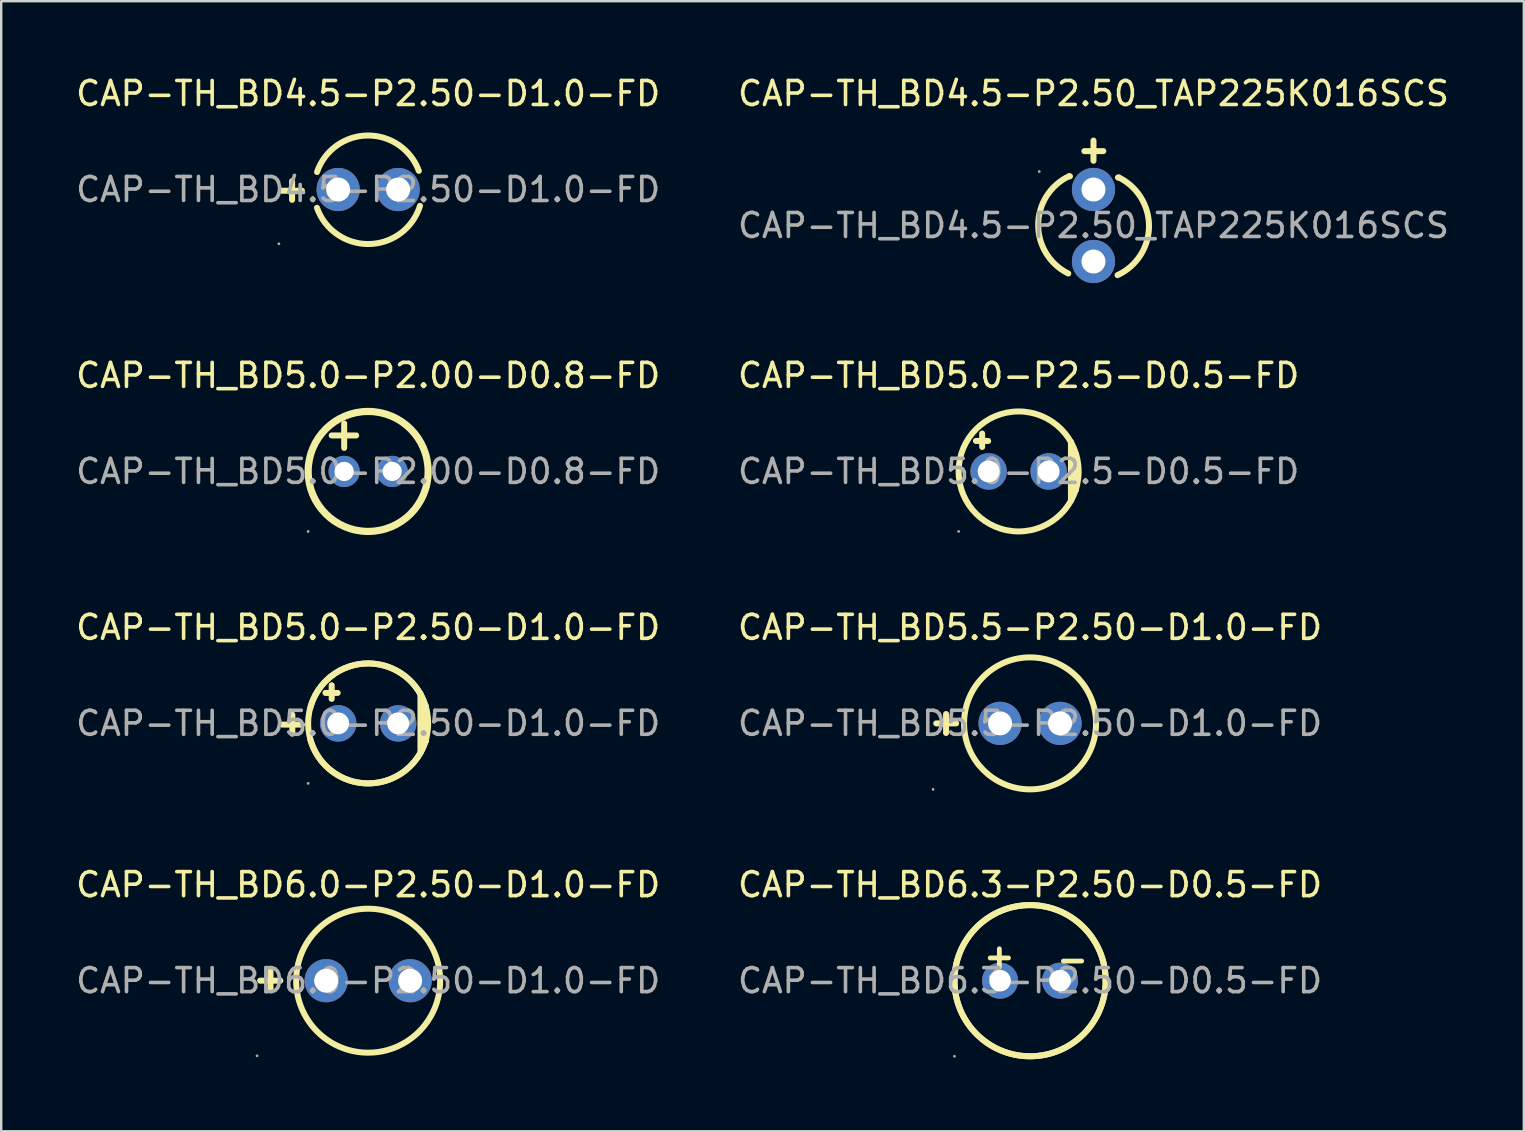
<source format=kicad_pcb>
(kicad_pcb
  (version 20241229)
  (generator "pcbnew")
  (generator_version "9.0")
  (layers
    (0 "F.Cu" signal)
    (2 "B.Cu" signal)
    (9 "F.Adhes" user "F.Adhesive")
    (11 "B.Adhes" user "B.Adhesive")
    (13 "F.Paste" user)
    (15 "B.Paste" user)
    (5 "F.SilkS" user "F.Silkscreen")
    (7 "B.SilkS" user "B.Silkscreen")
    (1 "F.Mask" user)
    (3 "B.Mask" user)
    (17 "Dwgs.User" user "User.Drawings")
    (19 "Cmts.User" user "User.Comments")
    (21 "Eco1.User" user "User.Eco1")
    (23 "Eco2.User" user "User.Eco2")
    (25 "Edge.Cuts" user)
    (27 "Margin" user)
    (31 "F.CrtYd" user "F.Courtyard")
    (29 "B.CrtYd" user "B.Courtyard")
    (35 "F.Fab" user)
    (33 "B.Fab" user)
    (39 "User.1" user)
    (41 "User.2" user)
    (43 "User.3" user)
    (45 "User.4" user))
  (footprint "CAP-TH_BD5.0-P2.50-D1.0-FD"
    (layer "F.Cu")
    (at 12.292 27.095)
    (property "Reference" "CAP-TH_BD5.0-P2.50-D1.0-FD" (at 0 -4 0) (layer "F.SilkS") (effects (font (size 1 1) (thickness 0.15))))
    (attr through_hole)
    (fp_line (start -3.16 0.43) (end -3.16 -0.36) (stroke (width 0.25) (type solid)) (layer "F.SilkS"))
    (fp_line (start -2.76 0.05) (end -3.59 0.05) (stroke (width 0.25) (type solid)) (layer "F.SilkS"))
    (fp_line (start -1.78 -1.27) (end -1.27 -1.27) (stroke (width 0.25) (type solid)) (layer "F.SilkS"))
    (fp_line (start -1.52 -1.59) (end -1.52 -1.02) (stroke (width 0.25) (type solid)) (layer "F.SilkS"))
    (fp_line (start 2.18 -1.24) (end 2.18 1.22) (stroke (width 0.25) (type solid)) (layer "F.SilkS"))
    (fp_line (start 2.4 -0.72) (end 2.4 0.74) (stroke (width 0.25) (type solid)) (layer "F.SilkS"))
    (fp_line (start 2.4 0.74) (end 2.39 0.75) (stroke (width 0.25) (type solid)) (layer "F.SilkS"))
    (fp_arc (start -2.41 -0.65) (mid 0.004752 -2.496112) (end 2.412457 -0.64082) (stroke (width 0.25) (type solid)) (layer "F.SilkS"))
    (fp_arc (start 2.42 0.64) (mid 0.007494 2.503187) (end -2.416124 0.654479) (stroke (width 0.25) (type solid)) (layer "F.SilkS"))
    (fp_circle (center 0 0) (end 2.5 0) (stroke (width 0.25) (type solid)) (fill no) (layer "F.SilkS"))
    (fp_circle (center -2.5 2.5) (end -2.47 2.5) (stroke (width 0.06) (type solid)) (fill no) (layer "F.Fab"))
    (fp_circle (center -1.25 0) (end -1.1 0) (stroke (width 0.3) (type solid)) (fill no) (layer "F.Fab"))
    (fp_circle (center 1.25 0) (end 1.4 0) (stroke (width 0.3) (type solid)) (fill no) (layer "F.Fab"))
    (fp_text user "${REFERENCE}" (at 0 0 0) (layer "F.Fab") (effects (font (size 1 1) (thickness 0.15))))
    (pad "1" thru_hole circle (at -1.25 0) (size 1.52 1.52) (drill 0.914) (layers "*.Cu" "*.Paste" "*.Mask"))
    (pad "2" thru_hole circle (at 1.25 0) (size 1.52 1.52) (drill 0.914) (layers "*.Cu" "*.Paste" "*.Mask")))
  (footprint "CAP-TH_BD4.5-P2.50-D1.0-FD"
    (layer "F.Cu")
    (at 12.292 4.848)
    (property "Reference" "CAP-TH_BD4.5-P2.50-D1.0-FD" (at 0 -4 0) (layer "F.SilkS") (effects (font (size 1 1) (thickness 0.15))))
    (attr through_hole)
    (fp_line (start -3.17 0.43) (end -3.17 -0.35) (stroke (width 0.25) (type solid)) (layer "F.SilkS"))
    (fp_line (start -2.76 0.05) (end -3.6 0.05) (stroke (width 0.25) (type solid)) (layer "F.SilkS"))
    (fp_arc (start -2.13 -0.73) (mid -0.025238 -2.25148) (end 2.113101 -0.777563) (stroke (width 0.25) (type solid)) (layer "F.SilkS"))
    (fp_arc (start 2.16 0.68) (mid 0.042898 2.271119) (end -2.133032 0.761447) (stroke (width 0.25) (type solid)) (layer "F.SilkS"))
    (fp_circle (center -3.72 2.26) (end -3.69 2.26) (stroke (width 0.06) (type solid)) (fill no) (layer "F.Fab"))
    (fp_circle (center -1.25 0) (end -1.05 0) (stroke (width 0.4) (type solid)) (fill no) (layer "F.Fab"))
    (fp_circle (center 1.25 0) (end 1.45 0) (stroke (width 0.4) (type solid)) (fill no) (layer "F.Fab"))
    (fp_text user "${REFERENCE}" (at 0 0 0) (layer "F.Fab") (effects (font (size 1 1) (thickness 0.15))))
    (pad "1" thru_hole circle (at -1.25 0 90) (size 1.8 1.8) (drill 1) (layers "*.Cu" "*.Paste" "*.Mask"))
    (pad "2" thru_hole circle (at 1.25 0 90) (size 1.8 1.8) (drill 1) (layers "*.Cu" "*.Paste" "*.Mask")))
  (footprint "CAP-TH_BD5.0-P2.5-D0.5-FD"
    (layer "F.Cu")
    (at 39.399 16.596)
    (property "Reference" "CAP-TH_BD5.0-P2.5-D0.5-FD" (at 0 -4 0) (layer "F.SilkS") (effects (font (size 1 1) (thickness 0.15))))
    (attr through_hole)
    (fp_line (start -1.78 -1.27) (end -1.27 -1.27) (stroke (width 0.25) (type solid)) (layer "F.SilkS"))
    (fp_line (start -1.52 -1.58) (end -1.52 -1.02) (stroke (width 0.25) (type solid)) (layer "F.SilkS"))
    (fp_line (start 2.18 -1.23) (end 2.18 1.22) (stroke (width 0.25) (type solid)) (layer "F.SilkS"))
    (fp_line (start 2.39 -0.72) (end 2.39 0.75) (stroke (width 0.25) (type solid)) (layer "F.SilkS"))
    (fp_line (start 2.39 0.75) (end 2.38 0.76) (stroke (width 0.25) (type solid)) (layer "F.SilkS"))
    (fp_circle (center 0 0) (end 2.5 0) (stroke (width 0.25) (type solid)) (fill no) (layer "F.SilkS"))
    (fp_circle (center -2.5 2.5) (end -2.47 2.5) (stroke (width 0.06) (type solid)) (fill no) (layer "F.Fab"))
    (fp_circle (center -1.25 0) (end -1.13 0) (stroke (width 0.25) (type solid)) (fill no) (layer "F.Fab"))
    (fp_circle (center 1.25 0) (end 1.37 0) (stroke (width 0.25) (type solid)) (fill no) (layer "F.Fab"))
    (fp_text user "${REFERENCE}" (at 0 0 0) (layer "F.Fab") (effects (font (size 1 1) (thickness 0.15))))
    (pad "1" thru_hole circle (at -1.25 0) (size 1.52 1.52) (drill 0.914) (layers "*.Cu" "*.Paste" "*.Mask"))
    (pad "2" thru_hole circle (at 1.25 0) (size 1.52 1.52) (drill 0.914) (layers "*.Cu" "*.Paste" "*.Mask")))
  (footprint "CAP-TH_BD5.0-P2.00-D0.8-FD"
    (layer "F.Cu")
    (at 12.292 16.596)
    (property "Reference" "CAP-TH_BD5.0-P2.00-D0.8-FD" (at 0 -4 0) (layer "F.SilkS") (effects (font (size 1 1) (thickness 0.15))))
    (attr through_hole)
    (fp_line (start -1.52 -1.5) (end -0.5 -1.5) (stroke (width 0.25) (type solid)) (layer "F.SilkS"))
    (fp_line (start -1 -2) (end -1 -0.98) (stroke (width 0.25) (type solid)) (layer "F.SilkS"))
    (fp_circle (center 0 0) (end 2.5 0) (stroke (width 0.3) (type solid)) (fill no) (layer "F.SilkS"))
    (fp_circle (center -2.5 2.5) (end -2.47 2.5) (stroke (width 0.06) (type solid)) (fill no) (layer "F.Fab"))
    (fp_circle (center -1 0) (end -0.85 0) (stroke (width 0.3) (type solid)) (fill no) (layer "F.Fab"))
    (fp_circle (center 1 0) (end 1.15 0) (stroke (width 0.3) (type solid)) (fill no) (layer "F.Fab"))
    (fp_text user "${REFERENCE}" (at 0 0 0) (layer "F.Fab") (effects (font (size 1 1) (thickness 0.15))))
    (pad "1" thru_hole circle (at -1 0) (size 1.3 1.3) (drill 0.8) (layers "*.Cu" "*.Paste" "*.Mask"))
    (pad "2" thru_hole circle (at 1 0) (size 1.3 1.3) (drill 0.8) (layers "*.Cu" "*.Paste" "*.Mask")))
  (footprint "CAP-TH_BD5.5-P2.50-D1.0-FD"
    (layer "F.Cu")
    (at 39.875 27.095)
    (property "Reference" "CAP-TH_BD5.5-P2.50-D1.0-FD" (at 0 -4 0) (layer "F.SilkS") (effects (font (size 1 1) (thickness 0.15))))
    (attr through_hole)
    (fp_line (start -3.5 0.4) (end -3.5 -0.39) (stroke (width 0.25) (type solid)) (layer "F.SilkS"))
    (fp_line (start -3.08 0) (end -3.91 0) (stroke (width 0.25) (type solid)) (layer "F.SilkS"))
    (fp_arc (start 0.02 -2.75) (mid -0.000081 2.750073) (end -0.019838 -2.750001) (stroke (width 0.25) (type solid)) (layer "F.SilkS"))
    (fp_circle (center -4.04 2.75) (end -4.01 2.75) (stroke (width 0.06) (type solid)) (fill no) (layer "F.Fab"))
    (fp_circle (center -1.25 0) (end -1.05 0) (stroke (width 0.4) (type solid)) (fill no) (layer "F.Fab"))
    (fp_circle (center 1.25 0) (end 1.45 0) (stroke (width 0.4) (type solid)) (fill no) (layer "F.Fab"))
    (fp_text user "${REFERENCE}" (at 0 0 0) (layer "F.Fab") (effects (font (size 1 1) (thickness 0.15))))
    (pad "1" thru_hole circle (at -1.25 0 90) (size 1.8 1.8) (drill 1) (layers "*.Cu" "*.Paste" "*.Mask"))
    (pad "2" thru_hole circle (at 1.25 0 90) (size 1.8 1.8) (drill 1) (layers "*.Cu" "*.Paste" "*.Mask")))
  (footprint "CAP-TH_BD4.5-P2.50_TAP225K016SCS"
    (layer "F.Cu")
    (at 42.518 6.348)
    (property "Reference" "CAP-TH_BD4.5-P2.50_TAP225K016SCS" (at 0 -5.5 0) (layer "F.SilkS") (effects (font (size 1 1) (thickness 0.15))))
    (attr through_hole)
    (fp_line (start -1 -2.05) (end -0.98 -2.05) (stroke (width 0.25) (type solid)) (layer "F.SilkS"))
    (fp_line (start -0.38 -3.1) (end 0.41 -3.1) (stroke (width 0.25) (type solid)) (layer "F.SilkS"))
    (fp_line (start 0 -2.7) (end 0 -3.54) (stroke (width 0.25) (type solid)) (layer "F.SilkS"))
    (fp_line (start 1.02 -2) (end 1.06 -2) (stroke (width 0.25) (type solid)) (layer "F.SilkS"))
    (fp_arc (start -1.05 2) (mid -2.303888 -0.039775) (end -1.014403 -2.057235) (stroke (width 0.25) (type solid)) (layer "F.SilkS"))
    (fp_arc (start 1.06 -2) (mid 2.313756 0.051379) (end 1.003374 2.067058) (stroke (width 0.25) (type solid)) (layer "F.SilkS"))
    (fp_circle (center -2.26 -2.25) (end -2.23 -2.25) (stroke (width 0.06) (type solid)) (fill no) (layer "F.Fab"))
    (fp_circle (center 0 -1.5) (end 0.15 -1.5) (stroke (width 0.3) (type solid)) (fill no) (layer "F.Fab"))
    (fp_circle (center 0 1.5) (end 0.15 1.5) (stroke (width 0.3) (type solid)) (fill no) (layer "F.Fab"))
    (fp_text user "${REFERENCE}" (at 0 0 0) (layer "F.Fab") (effects (font (size 1 1) (thickness 0.15))))
    (pad "1" thru_hole circle (at 0 -1.5) (size 1.8 1.8) (drill 1) (layers "*.Cu" "*.Paste" "*.Mask"))
    (pad "2" thru_hole circle (at 0 1.5) (size 1.8 1.8) (drill 1) (layers "*.Cu" "*.Paste" "*.Mask")))
  (footprint "CAP-TH_BD6.3-P2.50-D0.5-FD"
    (layer "F.Cu")
    (at 39.875 37.818)
    (property "Reference" "CAP-TH_BD6.3-P2.50-D0.5-FD" (at 0 -4 0) (layer "F.SilkS") (effects (font (size 1 1) (thickness 0.15))))
    (attr through_hole)
    (fp_arc (start -3.15 0) (mid 0 -3.15) (end 3.15 0) (stroke (width 0.25) (type solid)) (layer "F.SilkS"))
    (fp_arc (start 3.15 0) (mid 0 3.15) (end -3.15 0) (stroke (width 0.25) (type solid)) (layer "F.SilkS"))
    (fp_circle (center 0 0) (end 3.15 0) (stroke (width 0.25) (type solid)) (fill no) (layer "F.SilkS"))
    (fp_circle (center -3.15 3.15) (end -3.12 3.15) (stroke (width 0.06) (type solid)) (fill no) (layer "F.Fab"))
    (fp_circle (center -1.25 0) (end -1.13 0) (stroke (width 0.25) (type solid)) (fill no) (layer "F.Fab"))
    (fp_circle (center 1.25 0) (end 1.37 0) (stroke (width 0.25) (type solid)) (fill no) (layer "F.Fab"))
    (fp_text user "+" (at -2.03 -1.02 0) (layer "F.SilkS") (effects (font (size 1 1) (thickness 0.2)) (justify left)))
    (fp_text user "-" (at 1.02 -0.89 0) (layer "F.SilkS") (effects (font (size 1 1) (thickness 0.2)) (justify left)))
    (fp_text user "${REFERENCE}" (at 0 0 0) (layer "F.Fab") (effects (font (size 1 1) (thickness 0.15))))
    (pad "1" thru_hole circle (at -1.25 0) (size 1.5 1.5) (drill 0.9) (layers "*.Cu" "*.Paste" "*.Mask"))
    (pad "2" thru_hole circle (at 1.25 0) (size 1.5 1.5) (drill 0.9) (layers "*.Cu" "*.Paste" "*.Mask")))
  (footprint "CAP-TH_BD6.0-P2.50-D1.0-FD"
    (layer "F.Cu")
    (at 12.292 37.818)
    (property "Reference" "CAP-TH_BD6.0-P2.50-D1.0-FD" (at 0 -4 0) (layer "F.SilkS") (effects (font (size 1 1) (thickness 0.15))))
    (attr through_hole)
    (fp_line (start -4.07 0.38) (end -4.07 -0.4) (stroke (width 0.25) (type solid)) (layer "F.SilkS"))
    (fp_line (start -3.66 0) (end -4.5 0) (stroke (width 0.25) (type solid)) (layer "F.SilkS"))
    (fp_circle (center 0 0) (end 3 0) (stroke (width 0.25) (type solid)) (fill no) (layer "F.SilkS"))
    (fp_circle (center -4.63 3.13) (end -4.6 3.13) (stroke (width 0.06) (type solid)) (fill no) (layer "F.Fab"))
    (fp_circle (center -1.75 0) (end -1.55 0) (stroke (width 0.4) (type solid)) (fill no) (layer "F.Fab"))
    (fp_circle (center 1.75 0) (end 1.95 0) (stroke (width 0.4) (type solid)) (fill no) (layer "F.Fab"))
    (fp_text user "${REFERENCE}" (at 0 0 0) (layer "F.Fab") (effects (font (size 1 1) (thickness 0.15))))
    (pad "1" thru_hole circle (at -1.75 0 90) (size 1.8 1.8) (drill 1) (layers "*.Cu" "*.Paste" "*.Mask"))
    (pad "2" thru_hole circle (at 1.75 0 90) (size 1.8 1.8) (drill 1) (layers "*.Cu" "*.Paste" "*.Mask")))
  (gr_rect
    (start -3 -3)
    (end 60.452 44.093)
    (stroke (width 0.1) (type default))
    (fill no)
    (layer "Edge.Cuts")))
</source>
